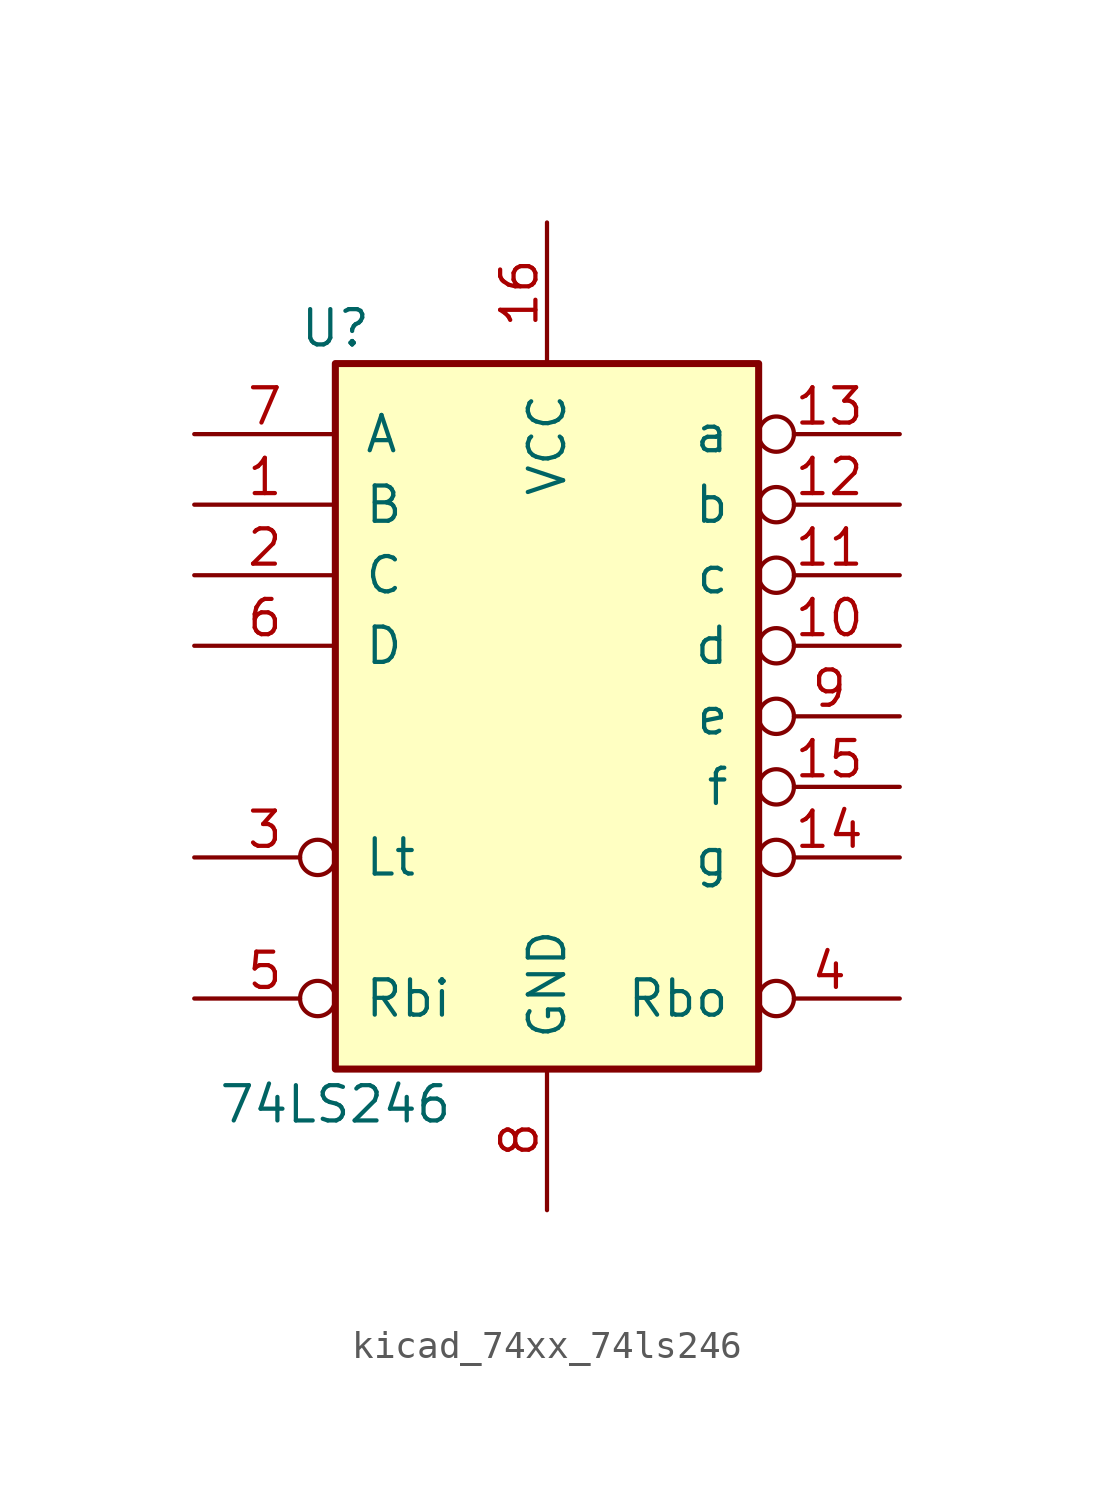
<source format=kicad_sym>
(kicad_symbol_lib
  (version 20220914)
  (generator kicad_symbol_editor)
  (symbol "kicad_74xx_74ls246"
    (pin_names
      (offset 1.016))
    (property "Reference" "U"
      (at -7.62 13.97 0)
      (effects (font (size 1.27 1.27))))
    (property "Value" "74LS246"
      (at -7.62 -13.97 0)
      (effects (font (size 1.27 1.27))))
    (property "ki_locked" ""
      (at 0 0 0)
      (effects (font (size 1.27 1.27))))
    (symbol "kicad_74xx_74ls246_1_0"
      (pin input line (at -12.7 7.62 0) (length 5.08) (name "B" (effects (font (size 1.27 1.27)))) (number "1" (effects (font (size 1.27 1.27)))))
      (pin open_collector inverted (at 12.7 2.54 180) (length 5.08) (name "d" (effects (font (size 1.27 1.27)))) (number "10" (effects (font (size 1.27 1.27)))))
      (pin open_collector inverted (at 12.7 5.08 180) (length 5.08) (name "c" (effects (font (size 1.27 1.27)))) (number "11" (effects (font (size 1.27 1.27)))))
      (pin open_collector inverted (at 12.7 7.62 180) (length 5.08) (name "b" (effects (font (size 1.27 1.27)))) (number "12" (effects (font (size 1.27 1.27)))))
      (pin open_collector inverted (at 12.7 10.16 180) (length 5.08) (name "a" (effects (font (size 1.27 1.27)))) (number "13" (effects (font (size 1.27 1.27)))))
      (pin open_collector inverted (at 12.7 -5.08 180) (length 5.08) (name "g" (effects (font (size 1.27 1.27)))) (number "14" (effects (font (size 1.27 1.27)))))
      (pin open_collector inverted (at 12.7 -2.54 180) (length 5.08) (name "f" (effects (font (size 1.27 1.27)))) (number "15" (effects (font (size 1.27 1.27)))))
      (pin power_in line (at 0 17.78 270) (length 5.08) (name "VCC" (effects (font (size 1.27 1.27)))) (number "16" (effects (font (size 1.27 1.27)))))
      (pin input line (at -12.7 5.08 0) (length 5.08) (name "C" (effects (font (size 1.27 1.27)))) (number "2" (effects (font (size 1.27 1.27)))))
      (pin input inverted (at -12.7 -5.08 0) (length 5.08) (name "Lt" (effects (font (size 1.27 1.27)))) (number "3" (effects (font (size 1.27 1.27)))))
      (pin output inverted (at 12.7 -10.16 180) (length 5.08) (name "Rbo" (effects (font (size 1.27 1.27)))) (number "4" (effects (font (size 1.27 1.27)))))
      (pin input inverted (at -12.7 -10.16 0) (length 5.08) (name "Rbi" (effects (font (size 1.27 1.27)))) (number "5" (effects (font (size 1.27 1.27)))))
      (pin input line (at -12.7 2.54 0) (length 5.08) (name "D" (effects (font (size 1.27 1.27)))) (number "6" (effects (font (size 1.27 1.27)))))
      (pin input line (at -12.7 10.16 0) (length 5.08) (name "A" (effects (font (size 1.27 1.27)))) (number "7" (effects (font (size 1.27 1.27)))))
      (pin power_in line (at 0 -17.78 90) (length 5.08) (name "GND" (effects (font (size 1.27 1.27)))) (number "8" (effects (font (size 1.27 1.27)))))
      (pin open_collector inverted (at 12.7 0 180) (length 5.08) (name "e" (effects (font (size 1.27 1.27)))) (number "9" (effects (font (size 1.27 1.27))))))
    (symbol "kicad_74xx_74ls246_1_1"
      (rectangle (start -7.62 12.7) (end 7.62 -12.7) (stroke (width 0.254) (type default)) (fill (type background))))))
</source>
